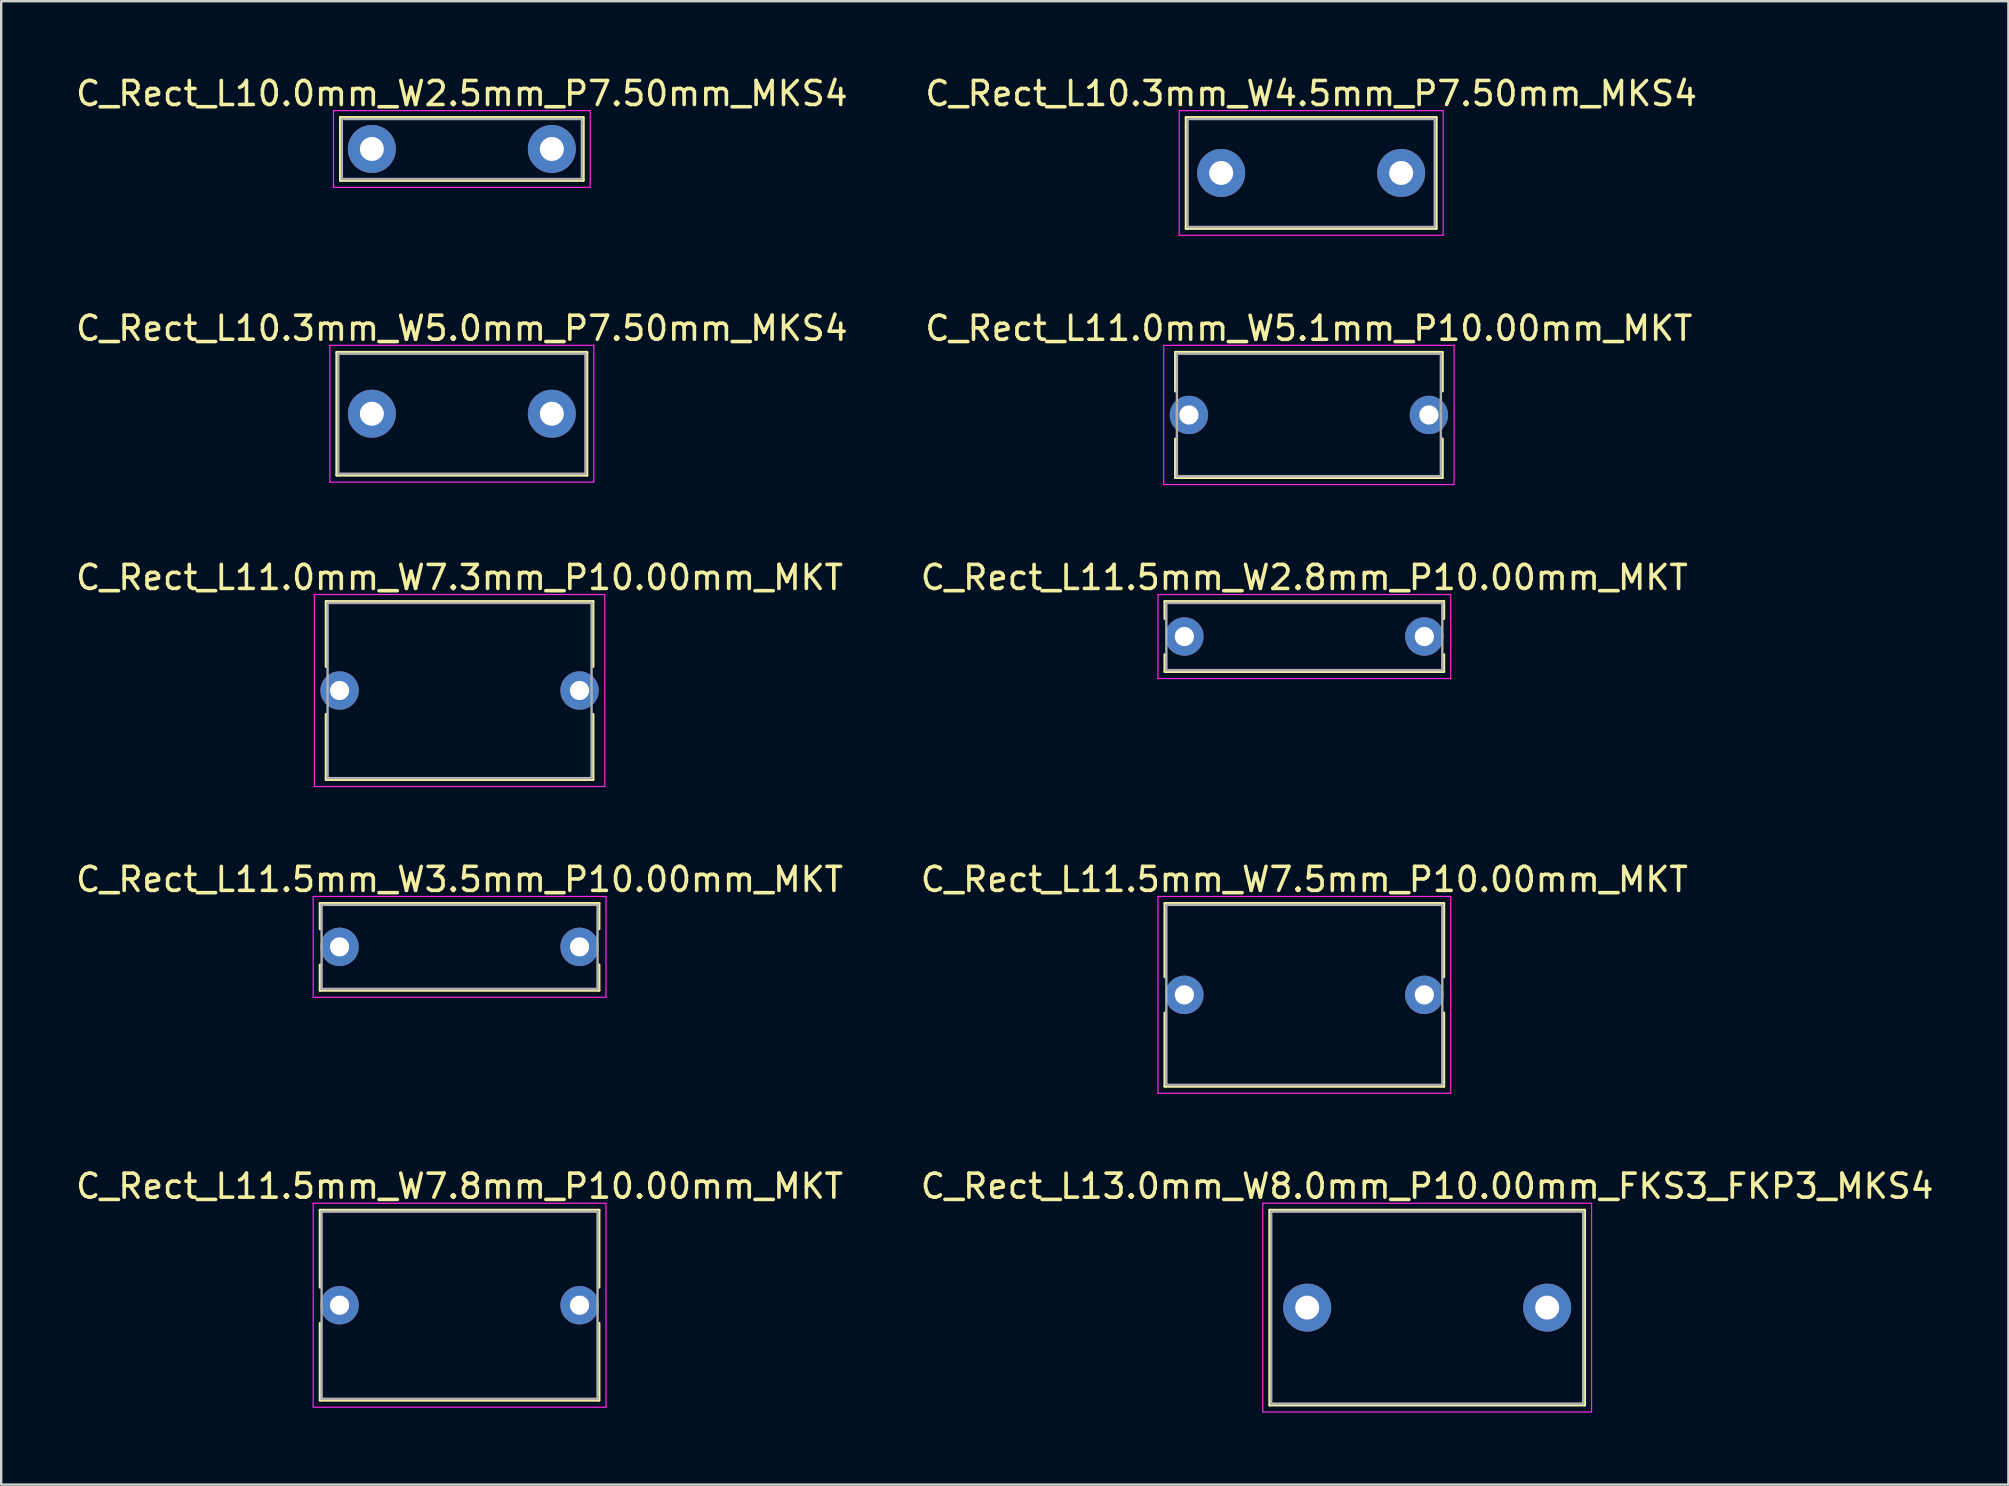
<source format=kicad_pcb>
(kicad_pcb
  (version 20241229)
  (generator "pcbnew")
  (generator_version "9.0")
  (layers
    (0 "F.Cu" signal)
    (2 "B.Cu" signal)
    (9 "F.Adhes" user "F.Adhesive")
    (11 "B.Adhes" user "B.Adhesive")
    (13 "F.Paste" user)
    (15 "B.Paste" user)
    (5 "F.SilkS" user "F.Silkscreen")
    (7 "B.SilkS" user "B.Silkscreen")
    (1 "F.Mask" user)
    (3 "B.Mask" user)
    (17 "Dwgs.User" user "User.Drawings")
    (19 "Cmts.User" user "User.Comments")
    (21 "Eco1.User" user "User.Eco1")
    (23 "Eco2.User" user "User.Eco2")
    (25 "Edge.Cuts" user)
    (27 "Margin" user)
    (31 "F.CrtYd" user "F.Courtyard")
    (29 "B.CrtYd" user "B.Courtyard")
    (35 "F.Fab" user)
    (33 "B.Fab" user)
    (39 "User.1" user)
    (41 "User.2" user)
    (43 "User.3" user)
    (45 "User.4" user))
  (footprint "C_Rect_L11.5mm_W7.5mm_P10.00mm_MKT"
    (layer "F.Cu")
    (at 46.304 38.408)
    (property "Reference" "C_Rect_L11.5mm_W7.5mm_P10.00mm_MKT" (at 5 -4.81 0) (layer "F.SilkS") (effects (font (size 1 1) (thickness 0.15))))
    (attr through_hole)
    (fp_line (start -0.81 -3.81) (end -0.81 -0.75) (stroke (width 0.12) (type solid)) (layer "F.SilkS"))
    (fp_line (start -0.81 -3.81) (end 10.81 -3.81) (stroke (width 0.12) (type solid)) (layer "F.SilkS"))
    (fp_line (start -0.81 0.75) (end -0.81 3.81) (stroke (width 0.12) (type solid)) (layer "F.SilkS"))
    (fp_line (start -0.81 3.81) (end 10.81 3.81) (stroke (width 0.12) (type solid)) (layer "F.SilkS"))
    (fp_line (start 10.81 -3.81) (end 10.81 -0.75) (stroke (width 0.12) (type solid)) (layer "F.SilkS"))
    (fp_line (start 10.81 0.75) (end 10.81 3.81) (stroke (width 0.12) (type solid)) (layer "F.SilkS"))
    (fp_line (start -1.1 -4.1) (end -1.1 4.1) (stroke (width 0.05) (type solid)) (layer "F.CrtYd"))
    (fp_line (start -1.1 4.1) (end 11.1 4.1) (stroke (width 0.05) (type solid)) (layer "F.CrtYd"))
    (fp_line (start 11.1 -4.1) (end -1.1 -4.1) (stroke (width 0.05) (type solid)) (layer "F.CrtYd"))
    (fp_line (start 11.1 4.1) (end 11.1 -4.1) (stroke (width 0.05) (type solid)) (layer "F.CrtYd"))
    (fp_line (start -0.75 -3.75) (end -0.75 3.75) (stroke (width 0.1) (type solid)) (layer "F.Fab"))
    (fp_line (start -0.75 3.75) (end 10.75 3.75) (stroke (width 0.1) (type solid)) (layer "F.Fab"))
    (fp_line (start 10.75 -3.75) (end -0.75 -3.75) (stroke (width 0.1) (type solid)) (layer "F.Fab"))
    (fp_line (start 10.75 3.75) (end 10.75 -3.75) (stroke (width 0.1) (type solid)) (layer "F.Fab"))
    (pad "1" thru_hole circle (at 0 0) (size 1.6 1.6) (drill 0.8) (layers "*.Cu" "*.Mask"))
    (pad "2" thru_hole circle (at 10 0) (size 1.6 1.6) (drill 0.8) (layers "*.Cu" "*.Mask")))
  (footprint "C_Rect_L11.0mm_W7.3mm_P10.00mm_MKT"
    (layer "F.Cu")
    (at 11.101 25.725)
    (property "Reference" "C_Rect_L11.0mm_W7.3mm_P10.00mm_MKT" (at 5 -4.71 0) (layer "F.SilkS") (effects (font (size 1 1) (thickness 0.15))))
    (attr through_hole)
    (fp_line (start -0.56 -3.71) (end -0.56 -0.996) (stroke (width 0.12) (type solid)) (layer "F.SilkS"))
    (fp_line (start -0.56 -3.71) (end 10.56 -3.71) (stroke (width 0.12) (type solid)) (layer "F.SilkS"))
    (fp_line (start -0.56 0.996) (end -0.56 3.71) (stroke (width 0.12) (type solid)) (layer "F.SilkS"))
    (fp_line (start -0.56 3.71) (end 10.56 3.71) (stroke (width 0.12) (type solid)) (layer "F.SilkS"))
    (fp_line (start 10.56 -3.71) (end 10.56 -0.996) (stroke (width 0.12) (type solid)) (layer "F.SilkS"))
    (fp_line (start 10.56 0.996) (end 10.56 3.71) (stroke (width 0.12) (type solid)) (layer "F.SilkS"))
    (fp_line (start -1.05 -4) (end -1.05 4) (stroke (width 0.05) (type solid)) (layer "F.CrtYd"))
    (fp_line (start -1.05 4) (end 11.05 4) (stroke (width 0.05) (type solid)) (layer "F.CrtYd"))
    (fp_line (start 11.05 -4) (end -1.05 -4) (stroke (width 0.05) (type solid)) (layer "F.CrtYd"))
    (fp_line (start 11.05 4) (end 11.05 -4) (stroke (width 0.05) (type solid)) (layer "F.CrtYd"))
    (fp_line (start -0.5 -3.65) (end -0.5 3.65) (stroke (width 0.1) (type solid)) (layer "F.Fab"))
    (fp_line (start -0.5 3.65) (end 10.5 3.65) (stroke (width 0.1) (type solid)) (layer "F.Fab"))
    (fp_line (start 10.5 -3.65) (end -0.5 -3.65) (stroke (width 0.1) (type solid)) (layer "F.Fab"))
    (fp_line (start 10.5 3.65) (end 10.5 -3.65) (stroke (width 0.1) (type solid)) (layer "F.Fab"))
    (pad "1" thru_hole circle (at 0 0) (size 1.6 1.6) (drill 0.8) (layers "*.Cu" "*.Mask"))
    (pad "2" thru_hole circle (at 10 0) (size 1.6 1.6) (drill 0.8) (layers "*.Cu" "*.Mask")))
  (footprint "C_Rect_L11.0mm_W5.1mm_P10.00mm_MKT"
    (layer "F.Cu")
    (at 46.494 14.242)
    (property "Reference" "C_Rect_L11.0mm_W5.1mm_P10.00mm_MKT" (at 5 -3.61 0) (layer "F.SilkS") (effects (font (size 1 1) (thickness 0.15))))
    (attr through_hole)
    (fp_line (start -0.56 -2.61) (end -0.56 -0.996) (stroke (width 0.12) (type solid)) (layer "F.SilkS"))
    (fp_line (start -0.56 -2.61) (end 10.56 -2.61) (stroke (width 0.12) (type solid)) (layer "F.SilkS"))
    (fp_line (start -0.56 0.996) (end -0.56 2.61) (stroke (width 0.12) (type solid)) (layer "F.SilkS"))
    (fp_line (start -0.56 2.61) (end 10.56 2.61) (stroke (width 0.12) (type solid)) (layer "F.SilkS"))
    (fp_line (start 10.56 -2.61) (end 10.56 -0.996) (stroke (width 0.12) (type solid)) (layer "F.SilkS"))
    (fp_line (start 10.56 0.996) (end 10.56 2.61) (stroke (width 0.12) (type solid)) (layer "F.SilkS"))
    (fp_line (start -1.05 -2.9) (end -1.05 2.9) (stroke (width 0.05) (type solid)) (layer "F.CrtYd"))
    (fp_line (start -1.05 2.9) (end 11.05 2.9) (stroke (width 0.05) (type solid)) (layer "F.CrtYd"))
    (fp_line (start 11.05 -2.9) (end -1.05 -2.9) (stroke (width 0.05) (type solid)) (layer "F.CrtYd"))
    (fp_line (start 11.05 2.9) (end 11.05 -2.9) (stroke (width 0.05) (type solid)) (layer "F.CrtYd"))
    (fp_line (start -0.5 -2.55) (end -0.5 2.55) (stroke (width 0.1) (type solid)) (layer "F.Fab"))
    (fp_line (start -0.5 2.55) (end 10.5 2.55) (stroke (width 0.1) (type solid)) (layer "F.Fab"))
    (fp_line (start 10.5 -2.55) (end -0.5 -2.55) (stroke (width 0.1) (type solid)) (layer "F.Fab"))
    (fp_line (start 10.5 2.55) (end 10.5 -2.55) (stroke (width 0.1) (type solid)) (layer "F.Fab"))
    (pad "1" thru_hole circle (at 0 0) (size 1.6 1.6) (drill 0.8) (layers "*.Cu" "*.Mask"))
    (pad "2" thru_hole circle (at 10 0) (size 1.6 1.6) (drill 0.8) (layers "*.Cu" "*.Mask")))
  (footprint "C_Rect_L10.3mm_W5.0mm_P7.50mm_MKS4"
    (layer "F.Cu")
    (at 12.446 14.191)
    (property "Reference" "C_Rect_L10.3mm_W5.0mm_P7.50mm_MKS4" (at 3.75 -3.56 0) (layer "F.SilkS") (effects (font (size 1 1) (thickness 0.15))))
    (attr through_hole)
    (fp_line (start -1.46 -2.56) (end -1.46 2.56) (stroke (width 0.12) (type solid)) (layer "F.SilkS"))
    (fp_line (start -1.46 -2.56) (end 8.96 -2.56) (stroke (width 0.12) (type solid)) (layer "F.SilkS"))
    (fp_line (start -1.46 2.56) (end 8.96 2.56) (stroke (width 0.12) (type solid)) (layer "F.SilkS"))
    (fp_line (start 8.96 -2.56) (end 8.96 2.56) (stroke (width 0.12) (type solid)) (layer "F.SilkS"))
    (fp_line (start -1.75 -2.85) (end -1.75 2.85) (stroke (width 0.05) (type solid)) (layer "F.CrtYd"))
    (fp_line (start -1.75 2.85) (end 9.25 2.85) (stroke (width 0.05) (type solid)) (layer "F.CrtYd"))
    (fp_line (start 9.25 -2.85) (end -1.75 -2.85) (stroke (width 0.05) (type solid)) (layer "F.CrtYd"))
    (fp_line (start 9.25 2.85) (end 9.25 -2.85) (stroke (width 0.05) (type solid)) (layer "F.CrtYd"))
    (fp_line (start -1.4 -2.5) (end -1.4 2.5) (stroke (width 0.1) (type solid)) (layer "F.Fab"))
    (fp_line (start -1.4 2.5) (end 8.9 2.5) (stroke (width 0.1) (type solid)) (layer "F.Fab"))
    (fp_line (start 8.9 -2.5) (end -1.4 -2.5) (stroke (width 0.1) (type solid)) (layer "F.Fab"))
    (fp_line (start 8.9 2.5) (end 8.9 -2.5) (stroke (width 0.1) (type solid)) (layer "F.Fab"))
    (pad "1" thru_hole circle (at 0 0) (size 2 2) (drill 1) (layers "*.Cu" "*.Mask"))
    (pad "2" thru_hole circle (at 7.5 0) (size 2 2) (drill 1) (layers "*.Cu" "*.Mask")))
  (footprint "C_Rect_L10.3mm_W4.5mm_P7.50mm_MKS4"
    (layer "F.Cu")
    (at 47.839 4.158)
    (property "Reference" "C_Rect_L10.3mm_W4.5mm_P7.50mm_MKS4" (at 3.75 -3.31 0) (layer "F.SilkS") (effects (font (size 1 1) (thickness 0.15))))
    (attr through_hole)
    (fp_line (start -1.46 -2.31) (end -1.46 2.31) (stroke (width 0.12) (type solid)) (layer "F.SilkS"))
    (fp_line (start -1.46 -2.31) (end 8.96 -2.31) (stroke (width 0.12) (type solid)) (layer "F.SilkS"))
    (fp_line (start -1.46 2.31) (end 8.96 2.31) (stroke (width 0.12) (type solid)) (layer "F.SilkS"))
    (fp_line (start 8.96 -2.31) (end 8.96 2.31) (stroke (width 0.12) (type solid)) (layer "F.SilkS"))
    (fp_line (start -1.75 -2.6) (end -1.75 2.6) (stroke (width 0.05) (type solid)) (layer "F.CrtYd"))
    (fp_line (start -1.75 2.6) (end 9.25 2.6) (stroke (width 0.05) (type solid)) (layer "F.CrtYd"))
    (fp_line (start 9.25 -2.6) (end -1.75 -2.6) (stroke (width 0.05) (type solid)) (layer "F.CrtYd"))
    (fp_line (start 9.25 2.6) (end 9.25 -2.6) (stroke (width 0.05) (type solid)) (layer "F.CrtYd"))
    (fp_line (start -1.4 -2.25) (end -1.4 2.25) (stroke (width 0.1) (type solid)) (layer "F.Fab"))
    (fp_line (start -1.4 2.25) (end 8.9 2.25) (stroke (width 0.1) (type solid)) (layer "F.Fab"))
    (fp_line (start 8.9 -2.25) (end -1.4 -2.25) (stroke (width 0.1) (type solid)) (layer "F.Fab"))
    (fp_line (start 8.9 2.25) (end 8.9 -2.25) (stroke (width 0.1) (type solid)) (layer "F.Fab"))
    (pad "1" thru_hole circle (at 0 0) (size 2 2) (drill 1) (layers "*.Cu" "*.Mask"))
    (pad "2" thru_hole circle (at 7.5 0) (size 2 2) (drill 1) (layers "*.Cu" "*.Mask")))
  (footprint "C_Rect_L10.0mm_W2.5mm_P7.50mm_MKS4"
    (layer "F.Cu")
    (at 12.446 3.158)
    (property "Reference" "C_Rect_L10.0mm_W2.5mm_P7.50mm_MKS4" (at 3.75 -2.31 0) (layer "F.SilkS") (effects (font (size 1 1) (thickness 0.15))))
    (attr through_hole)
    (fp_line (start -1.31 -1.31) (end -1.31 1.31) (stroke (width 0.12) (type solid)) (layer "F.SilkS"))
    (fp_line (start -1.31 -1.31) (end 8.81 -1.31) (stroke (width 0.12) (type solid)) (layer "F.SilkS"))
    (fp_line (start -1.31 1.31) (end 8.81 1.31) (stroke (width 0.12) (type solid)) (layer "F.SilkS"))
    (fp_line (start 8.81 -1.31) (end 8.81 1.31) (stroke (width 0.12) (type solid)) (layer "F.SilkS"))
    (fp_line (start -1.6 -1.6) (end -1.6 1.6) (stroke (width 0.05) (type solid)) (layer "F.CrtYd"))
    (fp_line (start -1.6 1.6) (end 9.1 1.6) (stroke (width 0.05) (type solid)) (layer "F.CrtYd"))
    (fp_line (start 9.1 -1.6) (end -1.6 -1.6) (stroke (width 0.05) (type solid)) (layer "F.CrtYd"))
    (fp_line (start 9.1 1.6) (end 9.1 -1.6) (stroke (width 0.05) (type solid)) (layer "F.CrtYd"))
    (fp_line (start -1.25 -1.25) (end -1.25 1.25) (stroke (width 0.1) (type solid)) (layer "F.Fab"))
    (fp_line (start -1.25 1.25) (end 8.75 1.25) (stroke (width 0.1) (type solid)) (layer "F.Fab"))
    (fp_line (start 8.75 -1.25) (end -1.25 -1.25) (stroke (width 0.1) (type solid)) (layer "F.Fab"))
    (fp_line (start 8.75 1.25) (end 8.75 -1.25) (stroke (width 0.1) (type solid)) (layer "F.Fab"))
    (pad "1" thru_hole circle (at 0 0) (size 2 2) (drill 1) (layers "*.Cu" "*.Mask"))
    (pad "2" thru_hole circle (at 7.5 0) (size 2 2) (drill 1) (layers "*.Cu" "*.Mask")))
  (footprint "C_Rect_L11.5mm_W7.8mm_P10.00mm_MKT"
    (layer "F.Cu")
    (at 11.101 51.341)
    (property "Reference" "C_Rect_L11.5mm_W7.8mm_P10.00mm_MKT" (at 5 -4.96 0) (layer "F.SilkS") (effects (font (size 1 1) (thickness 0.15))))
    (attr through_hole)
    (fp_line (start -0.81 -3.96) (end -0.81 -0.75) (stroke (width 0.12) (type solid)) (layer "F.SilkS"))
    (fp_line (start -0.81 -3.96) (end 10.81 -3.96) (stroke (width 0.12) (type solid)) (layer "F.SilkS"))
    (fp_line (start -0.81 0.75) (end -0.81 3.96) (stroke (width 0.12) (type solid)) (layer "F.SilkS"))
    (fp_line (start -0.81 3.96) (end 10.81 3.96) (stroke (width 0.12) (type solid)) (layer "F.SilkS"))
    (fp_line (start 10.81 -3.96) (end 10.81 -0.75) (stroke (width 0.12) (type solid)) (layer "F.SilkS"))
    (fp_line (start 10.81 0.75) (end 10.81 3.96) (stroke (width 0.12) (type solid)) (layer "F.SilkS"))
    (fp_line (start -1.1 -4.25) (end -1.1 4.25) (stroke (width 0.05) (type solid)) (layer "F.CrtYd"))
    (fp_line (start -1.1 4.25) (end 11.1 4.25) (stroke (width 0.05) (type solid)) (layer "F.CrtYd"))
    (fp_line (start 11.1 -4.25) (end -1.1 -4.25) (stroke (width 0.05) (type solid)) (layer "F.CrtYd"))
    (fp_line (start 11.1 4.25) (end 11.1 -4.25) (stroke (width 0.05) (type solid)) (layer "F.CrtYd"))
    (fp_line (start -0.75 -3.9) (end -0.75 3.9) (stroke (width 0.1) (type solid)) (layer "F.Fab"))
    (fp_line (start -0.75 3.9) (end 10.75 3.9) (stroke (width 0.1) (type solid)) (layer "F.Fab"))
    (fp_line (start 10.75 -3.9) (end -0.75 -3.9) (stroke (width 0.1) (type solid)) (layer "F.Fab"))
    (fp_line (start 10.75 3.9) (end 10.75 -3.9) (stroke (width 0.1) (type solid)) (layer "F.Fab"))
    (pad "1" thru_hole circle (at 0 0) (size 1.6 1.6) (drill 0.8) (layers "*.Cu" "*.Mask"))
    (pad "2" thru_hole circle (at 10 0) (size 1.6 1.6) (drill 0.8) (layers "*.Cu" "*.Mask")))
  (footprint "C_Rect_L11.5mm_W2.8mm_P10.00mm_MKT"
    (layer "F.Cu")
    (at 46.304 23.475)
    (property "Reference" "C_Rect_L11.5mm_W2.8mm_P10.00mm_MKT" (at 5 -2.46 0) (layer "F.SilkS") (effects (font (size 1 1) (thickness 0.15))))
    (attr through_hole)
    (fp_line (start -0.81 -1.46) (end -0.81 -0.75) (stroke (width 0.12) (type solid)) (layer "F.SilkS"))
    (fp_line (start -0.81 -1.46) (end 10.81 -1.46) (stroke (width 0.12) (type solid)) (layer "F.SilkS"))
    (fp_line (start -0.81 0.75) (end -0.81 1.46) (stroke (width 0.12) (type solid)) (layer "F.SilkS"))
    (fp_line (start -0.81 1.46) (end 10.81 1.46) (stroke (width 0.12) (type solid)) (layer "F.SilkS"))
    (fp_line (start 10.81 -1.46) (end 10.81 -0.75) (stroke (width 0.12) (type solid)) (layer "F.SilkS"))
    (fp_line (start 10.81 0.75) (end 10.81 1.46) (stroke (width 0.12) (type solid)) (layer "F.SilkS"))
    (fp_line (start -1.1 -1.75) (end -1.1 1.75) (stroke (width 0.05) (type solid)) (layer "F.CrtYd"))
    (fp_line (start -1.1 1.75) (end 11.1 1.75) (stroke (width 0.05) (type solid)) (layer "F.CrtYd"))
    (fp_line (start 11.1 -1.75) (end -1.1 -1.75) (stroke (width 0.05) (type solid)) (layer "F.CrtYd"))
    (fp_line (start 11.1 1.75) (end 11.1 -1.75) (stroke (width 0.05) (type solid)) (layer "F.CrtYd"))
    (fp_line (start -0.75 -1.4) (end -0.75 1.4) (stroke (width 0.1) (type solid)) (layer "F.Fab"))
    (fp_line (start -0.75 1.4) (end 10.75 1.4) (stroke (width 0.1) (type solid)) (layer "F.Fab"))
    (fp_line (start 10.75 -1.4) (end -0.75 -1.4) (stroke (width 0.1) (type solid)) (layer "F.Fab"))
    (fp_line (start 10.75 1.4) (end 10.75 -1.4) (stroke (width 0.1) (type solid)) (layer "F.Fab"))
    (pad "1" thru_hole circle (at 0 0) (size 1.6 1.6) (drill 0.8) (layers "*.Cu" "*.Mask"))
    (pad "2" thru_hole circle (at 10 0) (size 1.6 1.6) (drill 0.8) (layers "*.Cu" "*.Mask")))
  (footprint "C_Rect_L11.5mm_W3.5mm_P10.00mm_MKT"
    (layer "F.Cu")
    (at 11.101 36.408)
    (property "Reference" "C_Rect_L11.5mm_W3.5mm_P10.00mm_MKT" (at 5 -2.81 0) (layer "F.SilkS") (effects (font (size 1 1) (thickness 0.15))))
    (attr through_hole)
    (fp_line (start -0.81 -1.81) (end -0.81 -0.75) (stroke (width 0.12) (type solid)) (layer "F.SilkS"))
    (fp_line (start -0.81 -1.81) (end 10.81 -1.81) (stroke (width 0.12) (type solid)) (layer "F.SilkS"))
    (fp_line (start -0.81 0.75) (end -0.81 1.81) (stroke (width 0.12) (type solid)) (layer "F.SilkS"))
    (fp_line (start -0.81 1.81) (end 10.81 1.81) (stroke (width 0.12) (type solid)) (layer "F.SilkS"))
    (fp_line (start 10.81 -1.81) (end 10.81 -0.75) (stroke (width 0.12) (type solid)) (layer "F.SilkS"))
    (fp_line (start 10.81 0.75) (end 10.81 1.81) (stroke (width 0.12) (type solid)) (layer "F.SilkS"))
    (fp_line (start -1.1 -2.1) (end -1.1 2.1) (stroke (width 0.05) (type solid)) (layer "F.CrtYd"))
    (fp_line (start -1.1 2.1) (end 11.1 2.1) (stroke (width 0.05) (type solid)) (layer "F.CrtYd"))
    (fp_line (start 11.1 -2.1) (end -1.1 -2.1) (stroke (width 0.05) (type solid)) (layer "F.CrtYd"))
    (fp_line (start 11.1 2.1) (end 11.1 -2.1) (stroke (width 0.05) (type solid)) (layer "F.CrtYd"))
    (fp_line (start -0.75 -1.75) (end -0.75 1.75) (stroke (width 0.1) (type solid)) (layer "F.Fab"))
    (fp_line (start -0.75 1.75) (end 10.75 1.75) (stroke (width 0.1) (type solid)) (layer "F.Fab"))
    (fp_line (start 10.75 -1.75) (end -0.75 -1.75) (stroke (width 0.1) (type solid)) (layer "F.Fab"))
    (fp_line (start 10.75 1.75) (end 10.75 -1.75) (stroke (width 0.1) (type solid)) (layer "F.Fab"))
    (pad "1" thru_hole circle (at 0 0) (size 1.6 1.6) (drill 0.8) (layers "*.Cu" "*.Mask"))
    (pad "2" thru_hole circle (at 10 0) (size 1.6 1.6) (drill 0.8) (layers "*.Cu" "*.Mask")))
  (footprint "C_Rect_L13.0mm_W8.0mm_P10.00mm_FKS3_FKP3_MKS4"
    (layer "F.Cu")
    (at 51.423 51.441)
    (property "Reference" "C_Rect_L13.0mm_W8.0mm_P10.00mm_FKS3_FKP3_MKS4" (at 5 -5.06 0) (layer "F.SilkS") (effects (font (size 1 1) (thickness 0.15))))
    (attr through_hole)
    (fp_line (start -1.56 -4.06) (end -1.56 4.06) (stroke (width 0.12) (type solid)) (layer "F.SilkS"))
    (fp_line (start -1.56 -4.06) (end 11.56 -4.06) (stroke (width 0.12) (type solid)) (layer "F.SilkS"))
    (fp_line (start -1.56 4.06) (end 11.56 4.06) (stroke (width 0.12) (type solid)) (layer "F.SilkS"))
    (fp_line (start 11.56 -4.06) (end 11.56 4.06) (stroke (width 0.12) (type solid)) (layer "F.SilkS"))
    (fp_line (start -1.85 -4.35) (end -1.85 4.35) (stroke (width 0.05) (type solid)) (layer "F.CrtYd"))
    (fp_line (start -1.85 4.35) (end 11.85 4.35) (stroke (width 0.05) (type solid)) (layer "F.CrtYd"))
    (fp_line (start 11.85 -4.35) (end -1.85 -4.35) (stroke (width 0.05) (type solid)) (layer "F.CrtYd"))
    (fp_line (start 11.85 4.35) (end 11.85 -4.35) (stroke (width 0.05) (type solid)) (layer "F.CrtYd"))
    (fp_line (start -1.5 -4) (end -1.5 4) (stroke (width 0.1) (type solid)) (layer "F.Fab"))
    (fp_line (start -1.5 4) (end 11.5 4) (stroke (width 0.1) (type solid)) (layer "F.Fab"))
    (fp_line (start 11.5 -4) (end -1.5 -4) (stroke (width 0.1) (type solid)) (layer "F.Fab"))
    (fp_line (start 11.5 4) (end 11.5 -4) (stroke (width 0.1) (type solid)) (layer "F.Fab"))
    (pad "1" thru_hole circle (at 0 0) (size 2 2) (drill 1) (layers "*.Cu" "*.Mask"))
    (pad "2" thru_hole circle (at 10 0) (size 2 2) (drill 1) (layers "*.Cu" "*.Mask")))
  (gr_rect
    (start -3 -3)
    (end 80.643 58.816)
    (stroke (width 0.1) (type default))
    (fill no)
    (layer "Edge.Cuts")))
</source>
